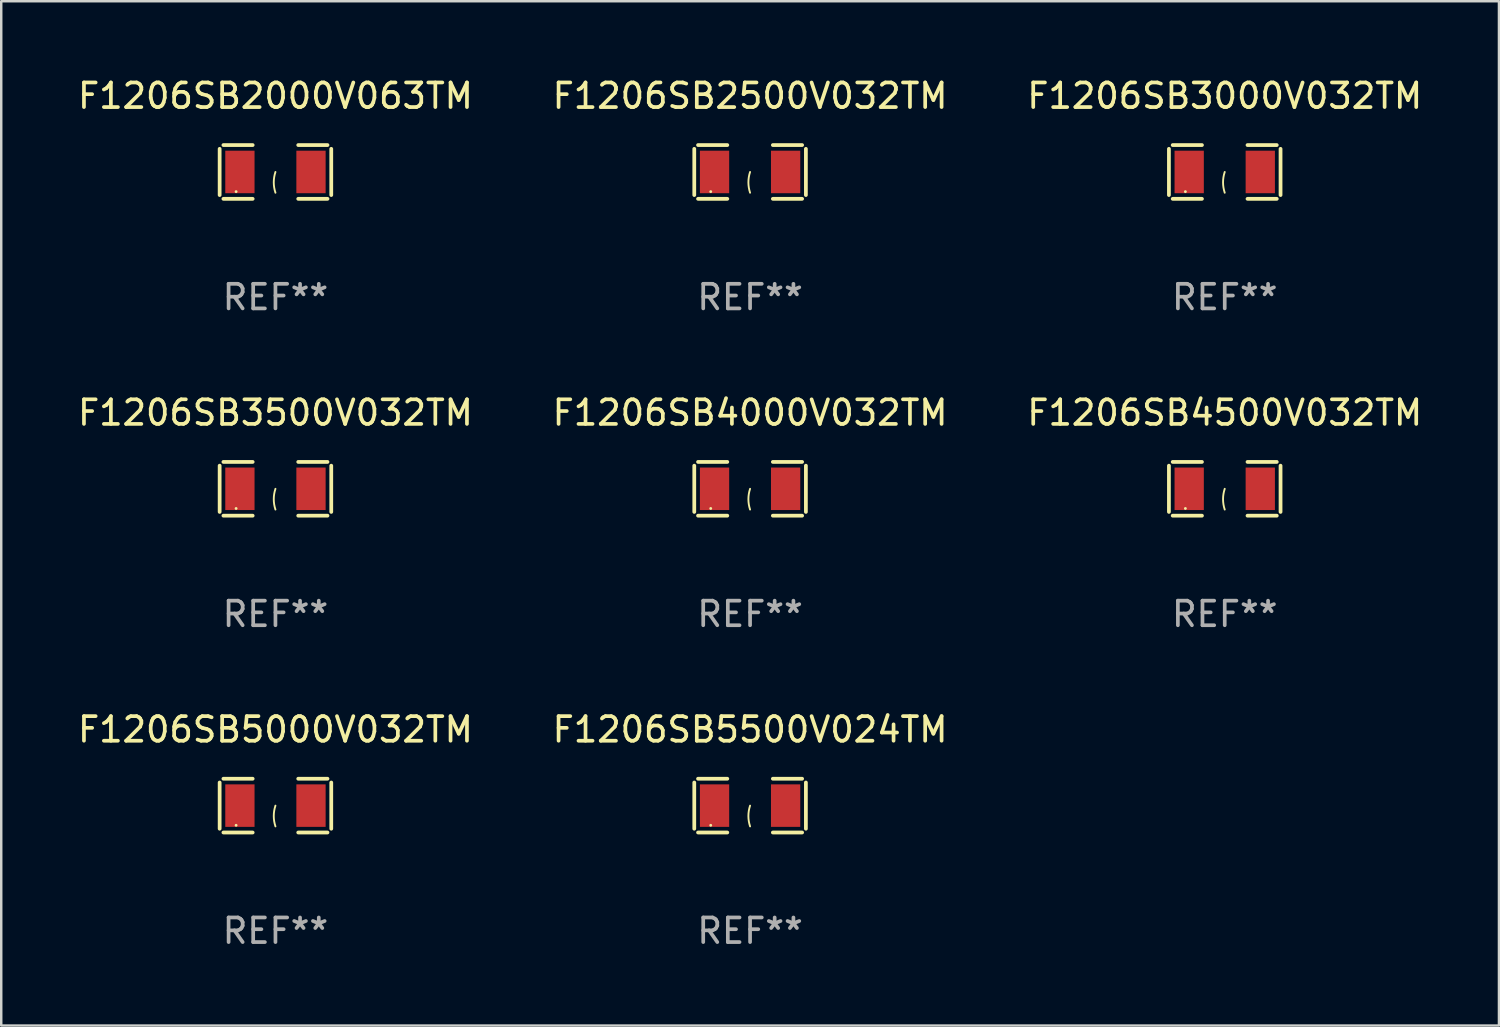
<source format=kicad_pcb>
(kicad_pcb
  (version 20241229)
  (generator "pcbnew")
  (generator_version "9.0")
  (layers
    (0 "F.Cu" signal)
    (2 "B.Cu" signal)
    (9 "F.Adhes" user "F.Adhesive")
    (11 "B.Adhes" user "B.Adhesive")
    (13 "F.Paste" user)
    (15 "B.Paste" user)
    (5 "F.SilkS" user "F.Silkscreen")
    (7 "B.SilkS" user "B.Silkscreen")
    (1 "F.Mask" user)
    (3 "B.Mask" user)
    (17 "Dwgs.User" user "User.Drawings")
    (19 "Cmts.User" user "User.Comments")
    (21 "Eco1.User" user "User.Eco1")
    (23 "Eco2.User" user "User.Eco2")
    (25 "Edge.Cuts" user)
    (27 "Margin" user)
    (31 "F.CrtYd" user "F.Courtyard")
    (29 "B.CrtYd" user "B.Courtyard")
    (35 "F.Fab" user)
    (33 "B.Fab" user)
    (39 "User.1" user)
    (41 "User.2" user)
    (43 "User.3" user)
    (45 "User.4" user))
  (footprint "F1206SB2000V063TM"
    (layer "F.Cu")
    (at 8.149 3.941)
    (property "Reference" "F1206SB2000V063TM" (at 0 -3.093 0) (layer "F.SilkS") (effects (font (size 1 1) (thickness 0.15))))
    (attr through_hole)
    (fp_line (start -2.269 -0.94) (end -2.269 0.94) (stroke (width 0.152) (type solid)) (layer "F.SilkS"))
    (fp_line (start -2.116 1.093) (end -0.926 1.093) (stroke (width 0.152) (type solid)) (layer "F.SilkS"))
    (fp_line (start -0.926 -1.093) (end -2.116 -1.093) (stroke (width 0.152) (type solid)) (layer "F.SilkS"))
    (fp_line (start 0.926 -1.093) (end 2.116 -1.093) (stroke (width 0.152) (type solid)) (layer "F.SilkS"))
    (fp_line (start 2.116 1.093) (end 0.926 1.093) (stroke (width 0.152) (type solid)) (layer "F.SilkS"))
    (fp_line (start 2.269 -0.94) (end 2.269 0.94) (stroke (width 0.152) (type solid)) (layer "F.SilkS"))
    (fp_arc (start 0 0.844951) (mid -0.068559 0.422475) (end 0 0) (stroke (width 0.0762) (type solid)) (layer "F.SilkS"))
    (fp_circle (center -1.6 0.8) (end -1.57 0.8) (stroke (width 0.06) (type solid)) (fill no) (layer "F.SilkS"))
    (fp_text user "REF**" (at 0 5.093 0) (layer "F.Fab") (effects (font (size 1 1) (thickness 0.15))))
    (pad "1" smd rect (at -1.445 0) (size 1.19 1.728) (layers "F.Cu" "F.Mask" "F.Paste"))
    (pad "2" smd rect (at 1.445 0) (size 1.19 1.728) (layers "F.Cu" "F.Mask" "F.Paste")))
  (footprint "F1206SB2500V032TM"
    (layer "F.Cu")
    (at 27.446 3.941)
    (property "Reference" "F1206SB2500V032TM" (at 0 -3.093 0) (layer "F.SilkS") (effects (font (size 1 1) (thickness 0.15))))
    (attr through_hole)
    (fp_line (start -2.269 -0.94) (end -2.269 0.94) (stroke (width 0.152) (type solid)) (layer "F.SilkS"))
    (fp_line (start -2.116 1.093) (end -0.926 1.093) (stroke (width 0.152) (type solid)) (layer "F.SilkS"))
    (fp_line (start -0.926 -1.093) (end -2.116 -1.093) (stroke (width 0.152) (type solid)) (layer "F.SilkS"))
    (fp_line (start 0.926 -1.093) (end 2.116 -1.093) (stroke (width 0.152) (type solid)) (layer "F.SilkS"))
    (fp_line (start 2.116 1.093) (end 0.926 1.093) (stroke (width 0.152) (type solid)) (layer "F.SilkS"))
    (fp_line (start 2.269 -0.94) (end 2.269 0.94) (stroke (width 0.152) (type solid)) (layer "F.SilkS"))
    (fp_arc (start 0 0.844951) (mid -0.068559 0.422475) (end 0 0) (stroke (width 0.0762) (type solid)) (layer "F.SilkS"))
    (fp_circle (center -1.6 0.8) (end -1.57 0.8) (stroke (width 0.06) (type solid)) (fill no) (layer "F.SilkS"))
    (fp_text user "REF**" (at 0 5.093 0) (layer "F.Fab") (effects (font (size 1 1) (thickness 0.15))))
    (pad "1" smd rect (at -1.445 0) (size 1.19 1.728) (layers "F.Cu" "F.Mask" "F.Paste"))
    (pad "2" smd rect (at 1.445 0) (size 1.19 1.728) (layers "F.Cu" "F.Mask" "F.Paste")))
  (footprint "F1206SB4000V032TM"
    (layer "F.Cu")
    (at 27.446 16.823)
    (property "Reference" "F1206SB4000V032TM" (at 0 -3.093 0) (layer "F.SilkS") (effects (font (size 1 1) (thickness 0.15))))
    (attr through_hole)
    (fp_line (start -2.269 -0.94) (end -2.269 0.94) (stroke (width 0.152) (type solid)) (layer "F.SilkS"))
    (fp_line (start -2.116 1.093) (end -0.926 1.093) (stroke (width 0.152) (type solid)) (layer "F.SilkS"))
    (fp_line (start -0.926 -1.093) (end -2.116 -1.093) (stroke (width 0.152) (type solid)) (layer "F.SilkS"))
    (fp_line (start 0.926 -1.093) (end 2.116 -1.093) (stroke (width 0.152) (type solid)) (layer "F.SilkS"))
    (fp_line (start 2.116 1.093) (end 0.926 1.093) (stroke (width 0.152) (type solid)) (layer "F.SilkS"))
    (fp_line (start 2.269 -0.94) (end 2.269 0.94) (stroke (width 0.152) (type solid)) (layer "F.SilkS"))
    (fp_arc (start 0 0.844951) (mid -0.068559 0.422475) (end 0 0) (stroke (width 0.0762) (type solid)) (layer "F.SilkS"))
    (fp_circle (center -1.6 0.8) (end -1.57 0.8) (stroke (width 0.06) (type solid)) (fill no) (layer "F.SilkS"))
    (fp_text user "REF**" (at 0 5.093 0) (layer "F.Fab") (effects (font (size 1 1) (thickness 0.15))))
    (pad "1" smd rect (at -1.445 0) (size 1.19 1.728) (layers "F.Cu" "F.Mask" "F.Paste"))
    (pad "2" smd rect (at 1.445 0) (size 1.19 1.728) (layers "F.Cu" "F.Mask" "F.Paste")))
  (footprint "F1206SB3000V032TM"
    (layer "F.Cu")
    (at 46.744 3.941)
    (property "Reference" "F1206SB3000V032TM" (at 0 -3.093 0) (layer "F.SilkS") (effects (font (size 1 1) (thickness 0.15))))
    (attr through_hole)
    (fp_line (start -2.269 -0.94) (end -2.269 0.94) (stroke (width 0.152) (type solid)) (layer "F.SilkS"))
    (fp_line (start -2.116 1.093) (end -0.926 1.093) (stroke (width 0.152) (type solid)) (layer "F.SilkS"))
    (fp_line (start -0.926 -1.093) (end -2.116 -1.093) (stroke (width 0.152) (type solid)) (layer "F.SilkS"))
    (fp_line (start 0.926 -1.093) (end 2.116 -1.093) (stroke (width 0.152) (type solid)) (layer "F.SilkS"))
    (fp_line (start 2.116 1.093) (end 0.926 1.093) (stroke (width 0.152) (type solid)) (layer "F.SilkS"))
    (fp_line (start 2.269 -0.94) (end 2.269 0.94) (stroke (width 0.152) (type solid)) (layer "F.SilkS"))
    (fp_arc (start 0 0.844951) (mid -0.068559 0.422475) (end 0 0) (stroke (width 0.0762) (type solid)) (layer "F.SilkS"))
    (fp_circle (center -1.6 0.8) (end -1.57 0.8) (stroke (width 0.06) (type solid)) (fill no) (layer "F.SilkS"))
    (fp_text user "REF**" (at 0 5.093 0) (layer "F.Fab") (effects (font (size 1 1) (thickness 0.15))))
    (pad "1" smd rect (at -1.445 0) (size 1.19 1.728) (layers "F.Cu" "F.Mask" "F.Paste"))
    (pad "2" smd rect (at 1.445 0) (size 1.19 1.728) (layers "F.Cu" "F.Mask" "F.Paste")))
  (footprint "F1206SB5000V032TM"
    (layer "F.Cu")
    (at 8.149 29.704)
    (property "Reference" "F1206SB5000V032TM" (at 0 -3.093 0) (layer "F.SilkS") (effects (font (size 1 1) (thickness 0.15))))
    (attr through_hole)
    (fp_line (start -2.269 -0.94) (end -2.269 0.94) (stroke (width 0.152) (type solid)) (layer "F.SilkS"))
    (fp_line (start -2.116 1.093) (end -0.926 1.093) (stroke (width 0.152) (type solid)) (layer "F.SilkS"))
    (fp_line (start -0.926 -1.093) (end -2.116 -1.093) (stroke (width 0.152) (type solid)) (layer "F.SilkS"))
    (fp_line (start 0.926 -1.093) (end 2.116 -1.093) (stroke (width 0.152) (type solid)) (layer "F.SilkS"))
    (fp_line (start 2.116 1.093) (end 0.926 1.093) (stroke (width 0.152) (type solid)) (layer "F.SilkS"))
    (fp_line (start 2.269 -0.94) (end 2.269 0.94) (stroke (width 0.152) (type solid)) (layer "F.SilkS"))
    (fp_arc (start 0 0.844951) (mid -0.068559 0.422475) (end 0 0) (stroke (width 0.0762) (type solid)) (layer "F.SilkS"))
    (fp_circle (center -1.6 0.8) (end -1.57 0.8) (stroke (width 0.06) (type solid)) (fill no) (layer "F.SilkS"))
    (fp_text user "REF**" (at 0 5.093 0) (layer "F.Fab") (effects (font (size 1 1) (thickness 0.15))))
    (pad "1" smd rect (at -1.445 0) (size 1.19 1.728) (layers "F.Cu" "F.Mask" "F.Paste"))
    (pad "2" smd rect (at 1.445 0) (size 1.19 1.728) (layers "F.Cu" "F.Mask" "F.Paste")))
  (footprint "F1206SB5500V024TM"
    (layer "F.Cu")
    (at 27.446 29.704)
    (property "Reference" "F1206SB5500V024TM" (at 0 -3.093 0) (layer "F.SilkS") (effects (font (size 1 1) (thickness 0.15))))
    (attr through_hole)
    (fp_line (start -2.269 -0.94) (end -2.269 0.94) (stroke (width 0.152) (type solid)) (layer "F.SilkS"))
    (fp_line (start -2.116 1.093) (end -0.926 1.093) (stroke (width 0.152) (type solid)) (layer "F.SilkS"))
    (fp_line (start -0.926 -1.093) (end -2.116 -1.093) (stroke (width 0.152) (type solid)) (layer "F.SilkS"))
    (fp_line (start 0.926 -1.093) (end 2.116 -1.093) (stroke (width 0.152) (type solid)) (layer "F.SilkS"))
    (fp_line (start 2.116 1.093) (end 0.926 1.093) (stroke (width 0.152) (type solid)) (layer "F.SilkS"))
    (fp_line (start 2.269 -0.94) (end 2.269 0.94) (stroke (width 0.152) (type solid)) (layer "F.SilkS"))
    (fp_arc (start 0 0.844951) (mid -0.068559 0.422475) (end 0 0) (stroke (width 0.0762) (type solid)) (layer "F.SilkS"))
    (fp_circle (center -1.6 0.8) (end -1.57 0.8) (stroke (width 0.06) (type solid)) (fill no) (layer "F.SilkS"))
    (fp_text user "REF**" (at 0 5.093 0) (layer "F.Fab") (effects (font (size 1 1) (thickness 0.15))))
    (pad "1" smd rect (at -1.445 0) (size 1.19 1.728) (layers "F.Cu" "F.Mask" "F.Paste"))
    (pad "2" smd rect (at 1.445 0) (size 1.19 1.728) (layers "F.Cu" "F.Mask" "F.Paste")))
  (footprint "F1206SB3500V032TM"
    (layer "F.Cu")
    (at 8.149 16.823)
    (property "Reference" "F1206SB3500V032TM" (at 0 -3.093 0) (layer "F.SilkS") (effects (font (size 1 1) (thickness 0.15))))
    (attr through_hole)
    (fp_line (start -2.269 -0.94) (end -2.269 0.94) (stroke (width 0.152) (type solid)) (layer "F.SilkS"))
    (fp_line (start -2.116 1.093) (end -0.926 1.093) (stroke (width 0.152) (type solid)) (layer "F.SilkS"))
    (fp_line (start -0.926 -1.093) (end -2.116 -1.093) (stroke (width 0.152) (type solid)) (layer "F.SilkS"))
    (fp_line (start 0.926 -1.093) (end 2.116 -1.093) (stroke (width 0.152) (type solid)) (layer "F.SilkS"))
    (fp_line (start 2.116 1.093) (end 0.926 1.093) (stroke (width 0.152) (type solid)) (layer "F.SilkS"))
    (fp_line (start 2.269 -0.94) (end 2.269 0.94) (stroke (width 0.152) (type solid)) (layer "F.SilkS"))
    (fp_arc (start 0 0.844951) (mid -0.068559 0.422475) (end 0 0) (stroke (width 0.0762) (type solid)) (layer "F.SilkS"))
    (fp_circle (center -1.6 0.8) (end -1.57 0.8) (stroke (width 0.06) (type solid)) (fill no) (layer "F.SilkS"))
    (fp_text user "REF**" (at 0 5.093 0) (layer "F.Fab") (effects (font (size 1 1) (thickness 0.15))))
    (pad "1" smd rect (at -1.445 0) (size 1.19 1.728) (layers "F.Cu" "F.Mask" "F.Paste"))
    (pad "2" smd rect (at 1.445 0) (size 1.19 1.728) (layers "F.Cu" "F.Mask" "F.Paste")))
  (footprint "F1206SB4500V032TM"
    (layer "F.Cu")
    (at 46.744 16.823)
    (property "Reference" "F1206SB4500V032TM" (at 0 -3.093 0) (layer "F.SilkS") (effects (font (size 1 1) (thickness 0.15))))
    (attr through_hole)
    (fp_line (start -2.269 -0.94) (end -2.269 0.94) (stroke (width 0.152) (type solid)) (layer "F.SilkS"))
    (fp_line (start -2.116 1.093) (end -0.926 1.093) (stroke (width 0.152) (type solid)) (layer "F.SilkS"))
    (fp_line (start -0.926 -1.093) (end -2.116 -1.093) (stroke (width 0.152) (type solid)) (layer "F.SilkS"))
    (fp_line (start 0.926 -1.093) (end 2.116 -1.093) (stroke (width 0.152) (type solid)) (layer "F.SilkS"))
    (fp_line (start 2.116 1.093) (end 0.926 1.093) (stroke (width 0.152) (type solid)) (layer "F.SilkS"))
    (fp_line (start 2.269 -0.94) (end 2.269 0.94) (stroke (width 0.152) (type solid)) (layer "F.SilkS"))
    (fp_arc (start 0 0.844951) (mid -0.068559 0.422475) (end 0 0) (stroke (width 0.0762) (type solid)) (layer "F.SilkS"))
    (fp_circle (center -1.6 0.8) (end -1.57 0.8) (stroke (width 0.06) (type solid)) (fill no) (layer "F.SilkS"))
    (fp_text user "REF**" (at 0 5.093 0) (layer "F.Fab") (effects (font (size 1 1) (thickness 0.15))))
    (pad "1" smd rect (at -1.445 0) (size 1.19 1.728) (layers "F.Cu" "F.Mask" "F.Paste"))
    (pad "2" smd rect (at 1.445 0) (size 1.19 1.728) (layers "F.Cu" "F.Mask" "F.Paste")))
  (gr_rect
    (start -3 -3)
    (end 57.893 38.645)
    (stroke (width 0.1) (type default))
    (fill no)
    (layer "Edge.Cuts")))
</source>
